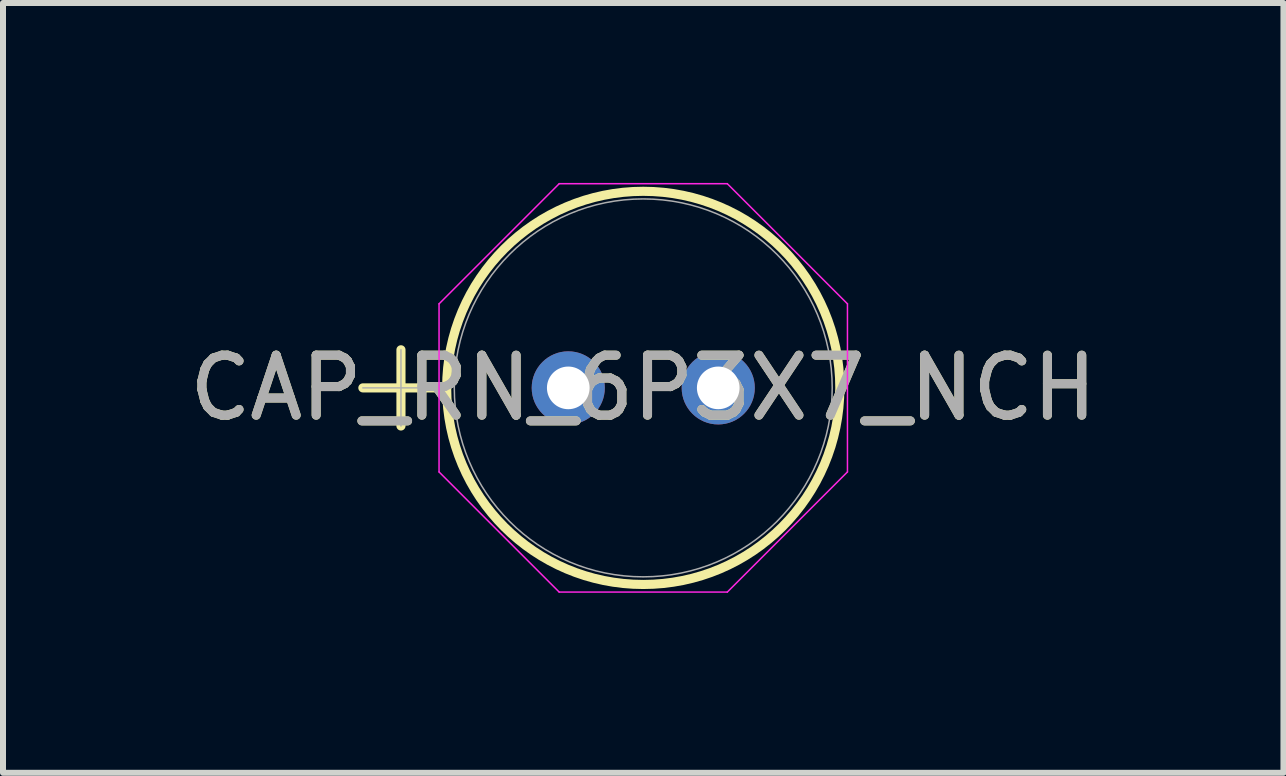
<source format=kicad_pcb>
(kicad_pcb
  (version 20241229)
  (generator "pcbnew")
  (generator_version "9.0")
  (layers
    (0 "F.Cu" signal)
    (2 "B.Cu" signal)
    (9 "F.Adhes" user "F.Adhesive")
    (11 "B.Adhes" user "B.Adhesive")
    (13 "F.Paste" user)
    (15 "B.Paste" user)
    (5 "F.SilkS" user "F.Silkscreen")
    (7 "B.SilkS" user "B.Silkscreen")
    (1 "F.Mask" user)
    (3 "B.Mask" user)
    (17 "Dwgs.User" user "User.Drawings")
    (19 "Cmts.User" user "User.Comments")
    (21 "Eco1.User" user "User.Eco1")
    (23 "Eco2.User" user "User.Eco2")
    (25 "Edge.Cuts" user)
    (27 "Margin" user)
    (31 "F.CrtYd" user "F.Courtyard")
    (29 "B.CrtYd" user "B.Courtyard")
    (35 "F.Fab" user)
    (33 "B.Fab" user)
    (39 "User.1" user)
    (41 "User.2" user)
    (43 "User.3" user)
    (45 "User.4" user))
  (footprint "CAP_RN_6P3X7_NCH"
    (layer "F.Cu")
    (at 6.423 3.416)
    (property "Reference" "CAP_RN_6P3X7_NCH" (at 1.25 0 0) (unlocked yes) (layer "F.SilkS") (effects (font (size 1 1) (thickness 0.15))))
    (attr through_hole)
    (fp_line (start -3.424 0) (end -2.154 0) (stroke (width 0.152) (type solid)) (layer "F.SilkS"))
    (fp_line (start -2.789 -0.635) (end -2.789 0.635) (stroke (width 0.152) (type solid)) (layer "F.SilkS"))
    (fp_circle (center 1.25 0) (end 4.527 0) (stroke (width 0.152) (type solid)) (fill no) (layer "F.SilkS"))
    (fp_line (start -2.154 -1.401) (end -0.151 -3.404) (stroke (width 0.025) (type solid)) (layer "F.CrtYd"))
    (fp_line (start -2.154 1.401) (end -2.154 -1.401) (stroke (width 0.025) (type solid)) (layer "F.CrtYd"))
    (fp_line (start -0.151 -3.404) (end 2.651 -3.404) (stroke (width 0.025) (type solid)) (layer "F.CrtYd"))
    (fp_line (start -0.151 3.404) (end -2.154 1.401) (stroke (width 0.025) (type solid)) (layer "F.CrtYd"))
    (fp_line (start 2.651 -3.404) (end 4.654 -1.401) (stroke (width 0.025) (type solid)) (layer "F.CrtYd"))
    (fp_line (start 2.651 3.404) (end -0.151 3.404) (stroke (width 0.025) (type solid)) (layer "F.CrtYd"))
    (fp_line (start 4.654 -1.401) (end 4.654 1.401) (stroke (width 0.025) (type solid)) (layer "F.CrtYd"))
    (fp_line (start 4.654 1.401) (end 2.651 3.404) (stroke (width 0.025) (type solid)) (layer "F.CrtYd"))
    (fp_line (start -3.424 0) (end -2.154 0) (stroke (width 0.025) (type solid)) (layer "F.Fab"))
    (fp_line (start -2.789 -0.635) (end -2.789 0.635) (stroke (width 0.025) (type solid)) (layer "F.Fab"))
    (fp_circle (center 1.25 0) (end 4.4 0) (stroke (width 0.025) (type solid)) (fill no) (layer "F.Fab"))
    (fp_text user "${REFERENCE}" (at 1.25 0 0) (unlocked yes) (layer "F.Fab") (effects (font (size 1 1) (thickness 0.15))))
    (pad "1" thru_hole circle (at 0 0) (size 1.219 1.219) (drill 0.711) (layers "*.Cu" "*.Mask"))
    (pad "2" thru_hole circle (at 2.5 0) (size 1.219 1.219) (drill 0.711) (layers "*.Cu" "*.Mask")))
  (gr_rect
    (start -3 -3)
    (end 18.345 9.833)
    (stroke (width 0.1) (type default))
    (fill no)
    (layer "Edge.Cuts")))
</source>
